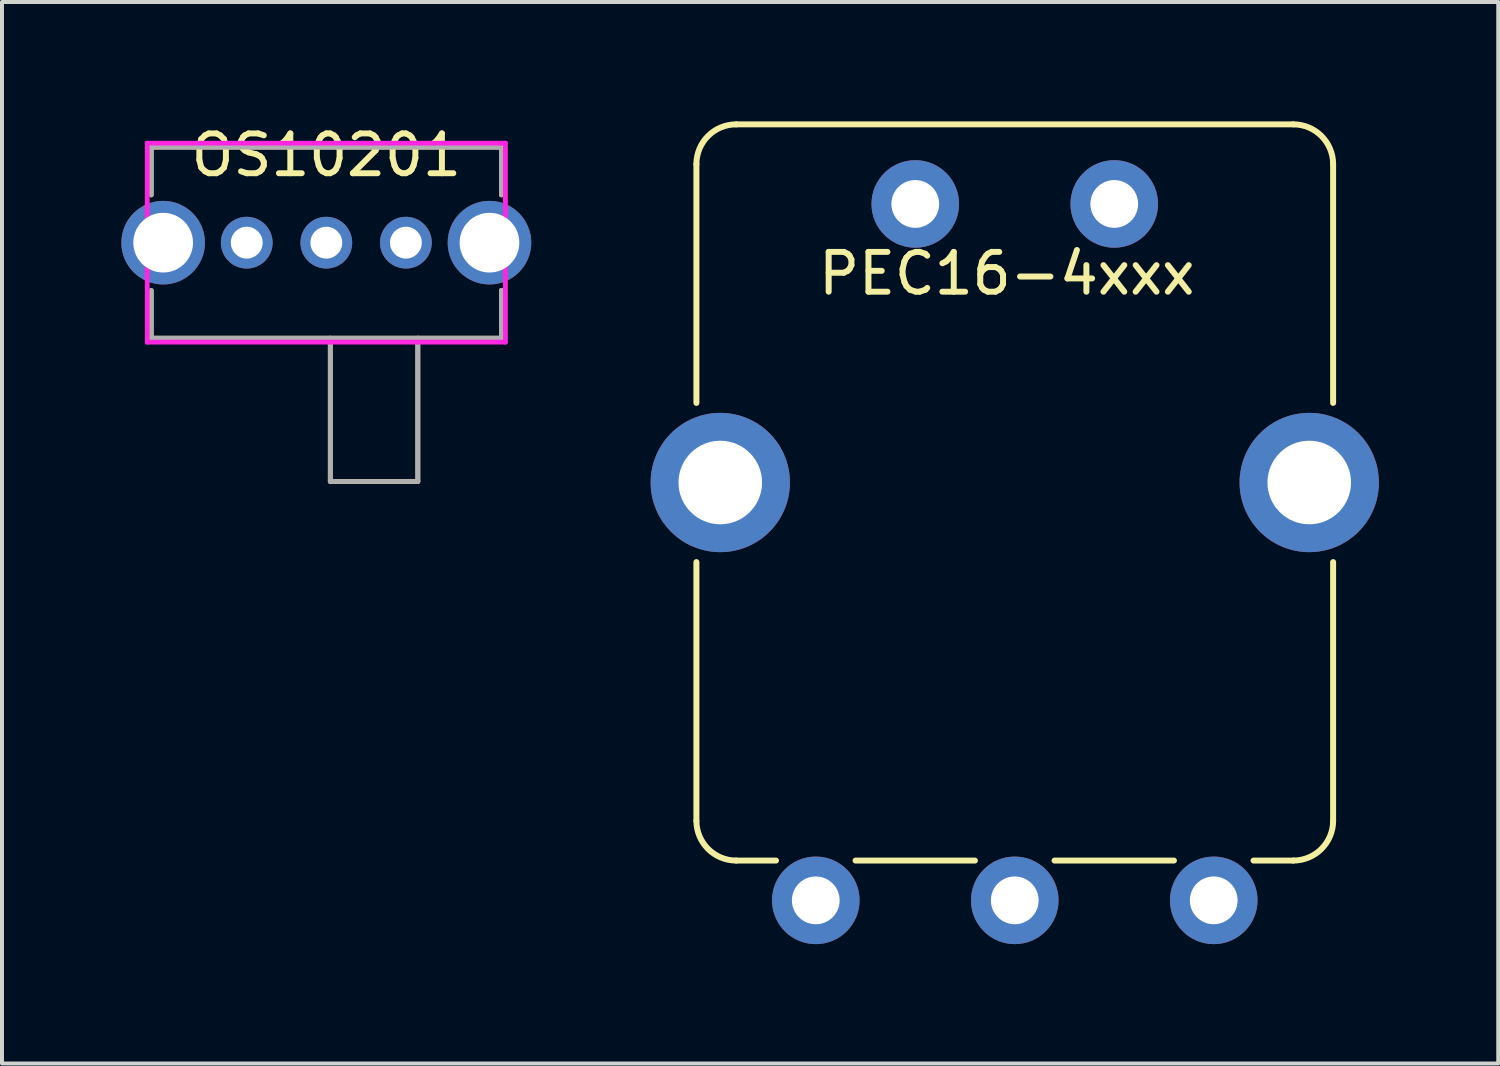
<source format=kicad_pcb>
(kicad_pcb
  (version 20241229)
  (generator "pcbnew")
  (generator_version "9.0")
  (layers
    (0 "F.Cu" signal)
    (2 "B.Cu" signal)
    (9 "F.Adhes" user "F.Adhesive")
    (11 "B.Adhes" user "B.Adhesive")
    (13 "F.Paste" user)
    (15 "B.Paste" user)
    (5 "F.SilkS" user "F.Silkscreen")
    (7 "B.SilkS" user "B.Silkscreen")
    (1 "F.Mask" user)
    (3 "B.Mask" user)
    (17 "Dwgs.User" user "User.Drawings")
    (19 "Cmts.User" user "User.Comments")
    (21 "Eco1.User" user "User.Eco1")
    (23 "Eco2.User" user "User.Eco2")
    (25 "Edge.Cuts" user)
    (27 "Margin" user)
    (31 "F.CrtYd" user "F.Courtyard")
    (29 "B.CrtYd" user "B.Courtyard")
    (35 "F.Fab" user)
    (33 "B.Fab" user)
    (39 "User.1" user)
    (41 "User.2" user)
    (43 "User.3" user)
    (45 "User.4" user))
  (footprint "PEC16-4xxx"
    (layer "F.Cu")
    (at 22.45 9.075)
    (property "Reference" "PEC16-4xxx" (at -0.2 -5.25 0) (layer "F.SilkS") (effects (font (size 1 1) (thickness 0.15))))
    (attr through_hole)
    (fp_line (start -8 -8) (end -8 -2) (stroke (width 0.15) (type solid)) (layer "F.SilkS"))
    (fp_line (start -8 2) (end -8 8.5) (stroke (width 0.15) (type solid)) (layer "F.SilkS"))
    (fp_line (start -7 -9) (end 7 -9) (stroke (width 0.15) (type solid)) (layer "F.SilkS"))
    (fp_line (start -7 9.5) (end -6 9.5) (stroke (width 0.15) (type solid)) (layer "F.SilkS"))
    (fp_line (start -4 9.5) (end -1 9.5) (stroke (width 0.15) (type solid)) (layer "F.SilkS"))
    (fp_line (start 1 9.5) (end 4 9.5) (stroke (width 0.15) (type solid)) (layer "F.SilkS"))
    (fp_line (start 6 9.5) (end 7 9.5) (stroke (width 0.15) (type solid)) (layer "F.SilkS"))
    (fp_line (start 8 -2) (end 8 -8) (stroke (width 0.15) (type solid)) (layer "F.SilkS"))
    (fp_line (start 8 2) (end 8 8.5) (stroke (width 0.15) (type solid)) (layer "F.SilkS"))
    (fp_arc (start -8 -8) (mid -7.707107 -8.707107) (end -7 -9) (stroke (width 0.15) (type solid)) (layer "F.SilkS"))
    (fp_arc (start -7 9.5) (mid -7.707107 9.207107) (end -8 8.5) (stroke (width 0.15) (type solid)) (layer "F.SilkS"))
    (fp_arc (start 7 -9) (mid 7.707107 -8.707107) (end 8 -8) (stroke (width 0.15) (type solid)) (layer "F.SilkS"))
    (fp_arc (start 8 8.5) (mid 7.707107 9.207107) (end 7 9.5) (stroke (width 0.15) (type solid)) (layer "F.SilkS"))
    (pad "1" thru_hole circle (at -5 10.5) (size 2.2 2.2) (drill 1.2) (layers "*.Cu" "*.Mask"))
    (pad "2" thru_hole circle (at 0 10.5) (size 2.2 2.2) (drill 1.2) (layers "*.Cu" "*.Mask"))
    (pad "3" thru_hole circle (at 5 10.5) (size 2.2 2.2) (drill 1.2) (layers "*.Cu" "*.Mask"))
    (pad "4" thru_hole circle (at 2.5 -7) (size 2.2 2.2) (drill 1.2) (layers "*.Cu" "*.Mask"))
    (pad "5" thru_hole circle (at -2.5 -7) (size 2.2 2.2) (drill 1.2) (layers "*.Cu" "*.Mask"))
    (pad "6" thru_hole circle (at -7.4 0) (size 3.5 3.5) (drill 2.1) (layers "*.Cu" "*.Mask"))
    (pad "7" thru_hole circle (at 7.4 0) (size 3.5 3.5) (drill 2.1) (layers "*.Cu" "*.Mask")))
  (footprint "OS10201"
    (layer "F.Cu")
    (at 5.15 3.048)
    (property "Reference" "OS10201" (at 0 -2.2 0) (unlocked yes) (layer "F.SilkS") (effects (font (size 1 1) (thickness 0.15))))
    (attr through_hole)
    (fp_line (start -4.4 -2.4) (end 4.4 -2.4) (stroke (width 0.12) (type solid)) (layer "F.SilkS"))
    (fp_line (start -4.4 -1.2) (end -4.4 -2.4) (stroke (width 0.12) (type solid)) (layer "F.SilkS"))
    (fp_line (start -4.4 2.4) (end -4.4 1.2) (stroke (width 0.12) (type solid)) (layer "F.SilkS"))
    (fp_line (start 0.1 6) (end 0.1 2.4) (stroke (width 0.12) (type solid)) (layer "F.SilkS"))
    (fp_line (start 2.3 2.4) (end 2.3 6) (stroke (width 0.12) (type solid)) (layer "F.SilkS"))
    (fp_line (start 2.3 6) (end 0.1 6) (stroke (width 0.12) (type solid)) (layer "F.SilkS"))
    (fp_line (start 4.4 -2.4) (end 4.4 -1.2) (stroke (width 0.12) (type solid)) (layer "F.SilkS"))
    (fp_line (start 4.4 1.2) (end 4.4 2.4) (stroke (width 0.12) (type solid)) (layer "F.SilkS"))
    (fp_line (start 4.4 2.4) (end -4.4 2.4) (stroke (width 0.12) (type solid)) (layer "F.SilkS"))
    (fp_line (start -4.5 -2.5) (end 4.5 -2.5) (stroke (width 0.12) (type solid)) (layer "F.CrtYd"))
    (fp_line (start -4.5 2.5) (end -4.5 -2.5) (stroke (width 0.12) (type solid)) (layer "F.CrtYd"))
    (fp_line (start 4.5 -2.5) (end 4.5 2.5) (stroke (width 0.12) (type solid)) (layer "F.CrtYd"))
    (fp_line (start 4.5 2.5) (end -4.5 2.5) (stroke (width 0.12) (type solid)) (layer "F.CrtYd"))
    (fp_line (start -4.4 -2.4) (end 4.4 -2.4) (stroke (width 0.12) (type solid)) (layer "F.Fab"))
    (fp_line (start -4.4 -1.2) (end -4.4 -2.4) (stroke (width 0.12) (type solid)) (layer "F.Fab"))
    (fp_line (start -4.4 2.4) (end -4.4 1.2) (stroke (width 0.12) (type solid)) (layer "F.Fab"))
    (fp_line (start 0.1 6) (end 0.1 2.4) (stroke (width 0.12) (type solid)) (layer "F.Fab"))
    (fp_line (start 2.3 2.4) (end 2.3 6) (stroke (width 0.12) (type solid)) (layer "F.Fab"))
    (fp_line (start 2.3 6) (end 0.1 6) (stroke (width 0.12) (type solid)) (layer "F.Fab"))
    (fp_line (start 4.4 -1.2) (end 4.4 -2.4) (stroke (width 0.12) (type solid)) (layer "F.Fab"))
    (fp_line (start 4.4 2.4) (end -4.4 2.4) (stroke (width 0.12) (type solid)) (layer "F.Fab"))
    (fp_line (start 4.4 2.4) (end 4.4 1.2) (stroke (width 0.12) (type solid)) (layer "F.Fab"))
    (pad "1" thru_hole circle (at -2 0) (size 1.3 1.3) (drill 0.8) (layers "*.Cu" "*.Mask"))
    (pad "2" thru_hole circle (at 0 0) (size 1.3 1.3) (drill 0.8) (layers "*.Cu" "*.Mask"))
    (pad "3" thru_hole circle (at 2 0) (size 1.3 1.3) (drill 0.8) (layers "*.Cu" "*.Mask"))
    (pad "4" thru_hole circle (at -4.1 0) (size 2.1 2.1) (drill 1.5) (layers "*.Cu" "*.Mask"))
    (pad "5" thru_hole circle (at 4.1 0) (size 2.1 2.1) (drill 1.5) (layers "*.Cu" "*.Mask")))
  (gr_rect
    (start -3 -3)
    (end 34.6 23.675)
    (stroke (width 0.1) (type default))
    (fill no)
    (layer "Edge.Cuts")))
</source>
